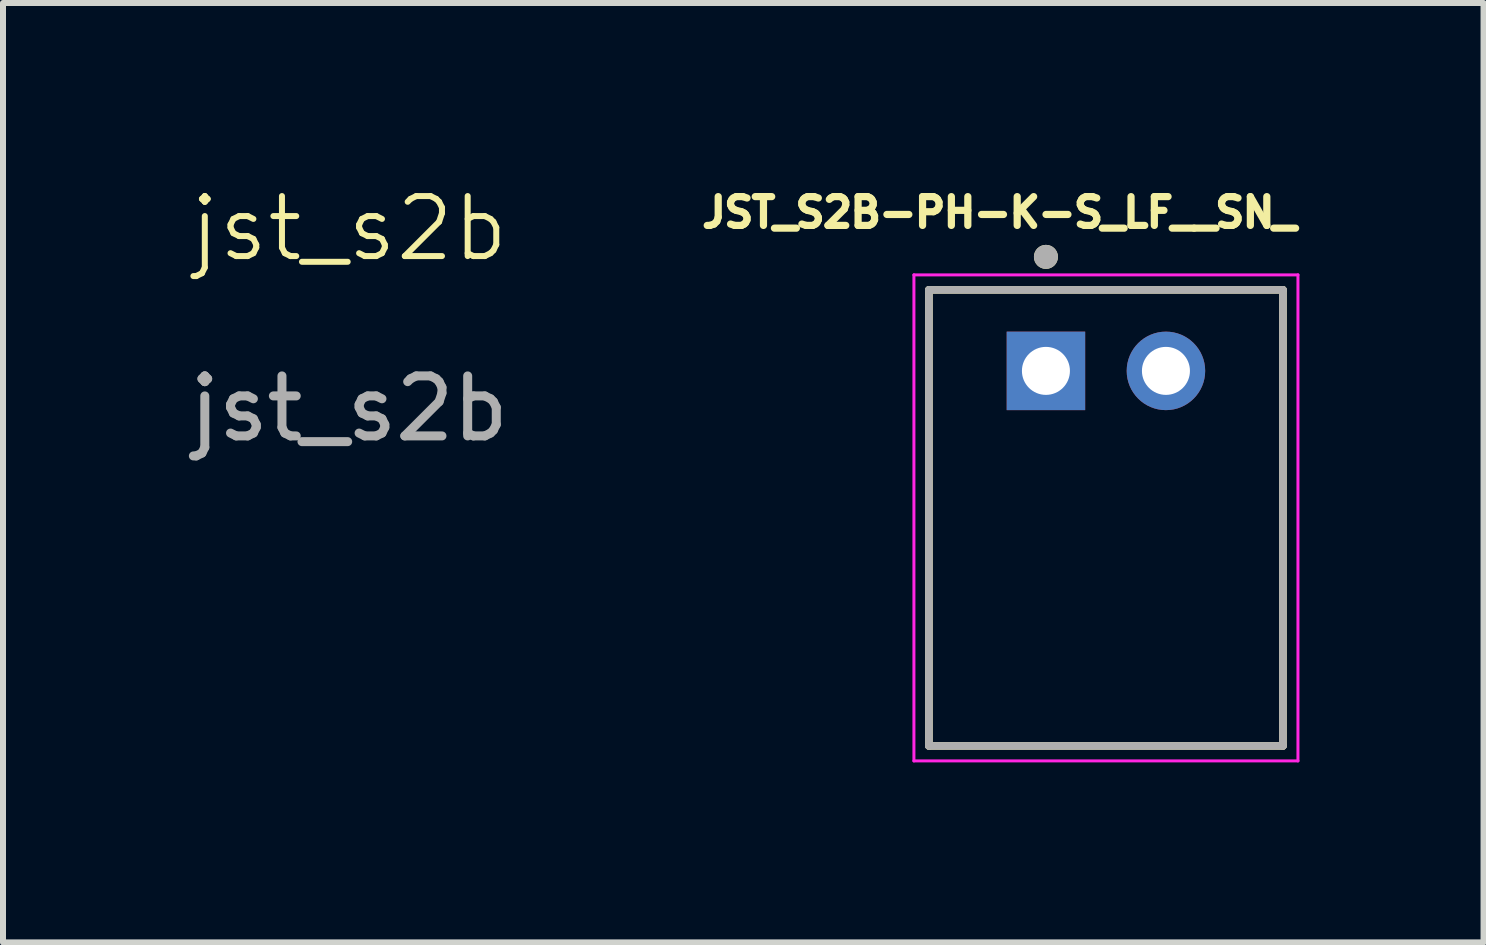
<source format=kicad_pcb>
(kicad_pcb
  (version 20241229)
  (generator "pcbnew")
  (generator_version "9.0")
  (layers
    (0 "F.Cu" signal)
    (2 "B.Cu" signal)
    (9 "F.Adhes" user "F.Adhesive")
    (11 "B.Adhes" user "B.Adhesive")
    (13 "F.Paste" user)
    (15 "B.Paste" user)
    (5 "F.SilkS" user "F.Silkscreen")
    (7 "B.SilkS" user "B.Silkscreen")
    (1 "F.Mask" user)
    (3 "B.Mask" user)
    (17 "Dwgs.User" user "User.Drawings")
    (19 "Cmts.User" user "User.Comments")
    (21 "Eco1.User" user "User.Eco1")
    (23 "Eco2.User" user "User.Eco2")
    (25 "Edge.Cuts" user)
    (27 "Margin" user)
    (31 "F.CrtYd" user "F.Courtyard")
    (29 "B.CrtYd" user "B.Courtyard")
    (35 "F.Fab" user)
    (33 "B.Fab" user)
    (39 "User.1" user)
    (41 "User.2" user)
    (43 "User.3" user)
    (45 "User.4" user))
  (footprint "JST_S2B-PH-K-S_LF__SN_"
    (layer "F.Cu")
    (at 15.381 3.131)
    (property "Reference" "JST_S2B-PH-K-S_LF__SN_" (at -1.776 -2.64 0) (layer "F.SilkS") (effects (font (size 0.48 0.48) (thickness 0.15))))
    (attr through_hole)
    (fp_line (start -2.95 -1.35) (end 2.95 -1.35) (stroke (width 0.127) (type solid)) (layer "F.SilkS"))
    (fp_line (start -2.95 6.25) (end -2.95 -1.35) (stroke (width 0.127) (type solid)) (layer "F.SilkS"))
    (fp_line (start 2.95 -1.35) (end 2.95 6.25) (stroke (width 0.127) (type solid)) (layer "F.SilkS"))
    (fp_line (start 2.95 6.25) (end -2.95 6.25) (stroke (width 0.127) (type solid)) (layer "F.SilkS"))
    (fp_circle (center -1 -1.9) (end -0.9 -1.9) (stroke (width 0.2) (type solid)) (fill no) (layer "F.SilkS"))
    (fp_line (start -3.2 -1.6) (end 3.2 -1.6) (stroke (width 0.05) (type solid)) (layer "F.CrtYd"))
    (fp_line (start -3.2 6.5) (end -3.2 -1.6) (stroke (width 0.05) (type solid)) (layer "F.CrtYd"))
    (fp_line (start 3.2 -1.6) (end 3.2 6.5) (stroke (width 0.05) (type solid)) (layer "F.CrtYd"))
    (fp_line (start 3.2 6.5) (end -3.2 6.5) (stroke (width 0.05) (type solid)) (layer "F.CrtYd"))
    (fp_line (start -2.95 -1.35) (end 2.95 -1.35) (stroke (width 0.127) (type solid)) (layer "F.Fab"))
    (fp_line (start -2.95 6.25) (end -2.95 -1.35) (stroke (width 0.127) (type solid)) (layer "F.Fab"))
    (fp_line (start 2.95 -1.35) (end 2.95 6.25) (stroke (width 0.127) (type solid)) (layer "F.Fab"))
    (fp_line (start 2.95 6.25) (end -2.95 6.25) (stroke (width 0.127) (type solid)) (layer "F.Fab"))
    (fp_circle (center -1 -1.9) (end -0.9 -1.9) (stroke (width 0.2) (type solid)) (fill no) (layer "F.Fab"))
    (pad "1" thru_hole rect (at -1 0) (size 1.308 1.308) (drill 0.8) (layers "*.Cu" "*.Mask"))
    (pad "2" thru_hole circle (at 1 0) (size 1.308 1.308) (drill 0.8) (layers "*.Cu" "*.Mask")))
  (footprint "jst_s2b"
    (layer "F.Cu")
    (at 2.768 1.26)
    (property "Reference" "jst_s2b" (at 0 -0.5 0) (unlocked yes) (layer "F.SilkS") (effects (font (size 1 1) (thickness 0.1))))
    (attr smd)
    (fp_text user "${REFERENCE}" (at 0 2.5 0) (unlocked yes) (layer "F.Fab") (effects (font (size 1 1) (thickness 0.15)))))
  (gr_rect
    (start -3 -3)
    (end 21.674 12.656)
    (stroke (width 0.1) (type default))
    (fill no)
    (layer "Edge.Cuts")))
</source>
